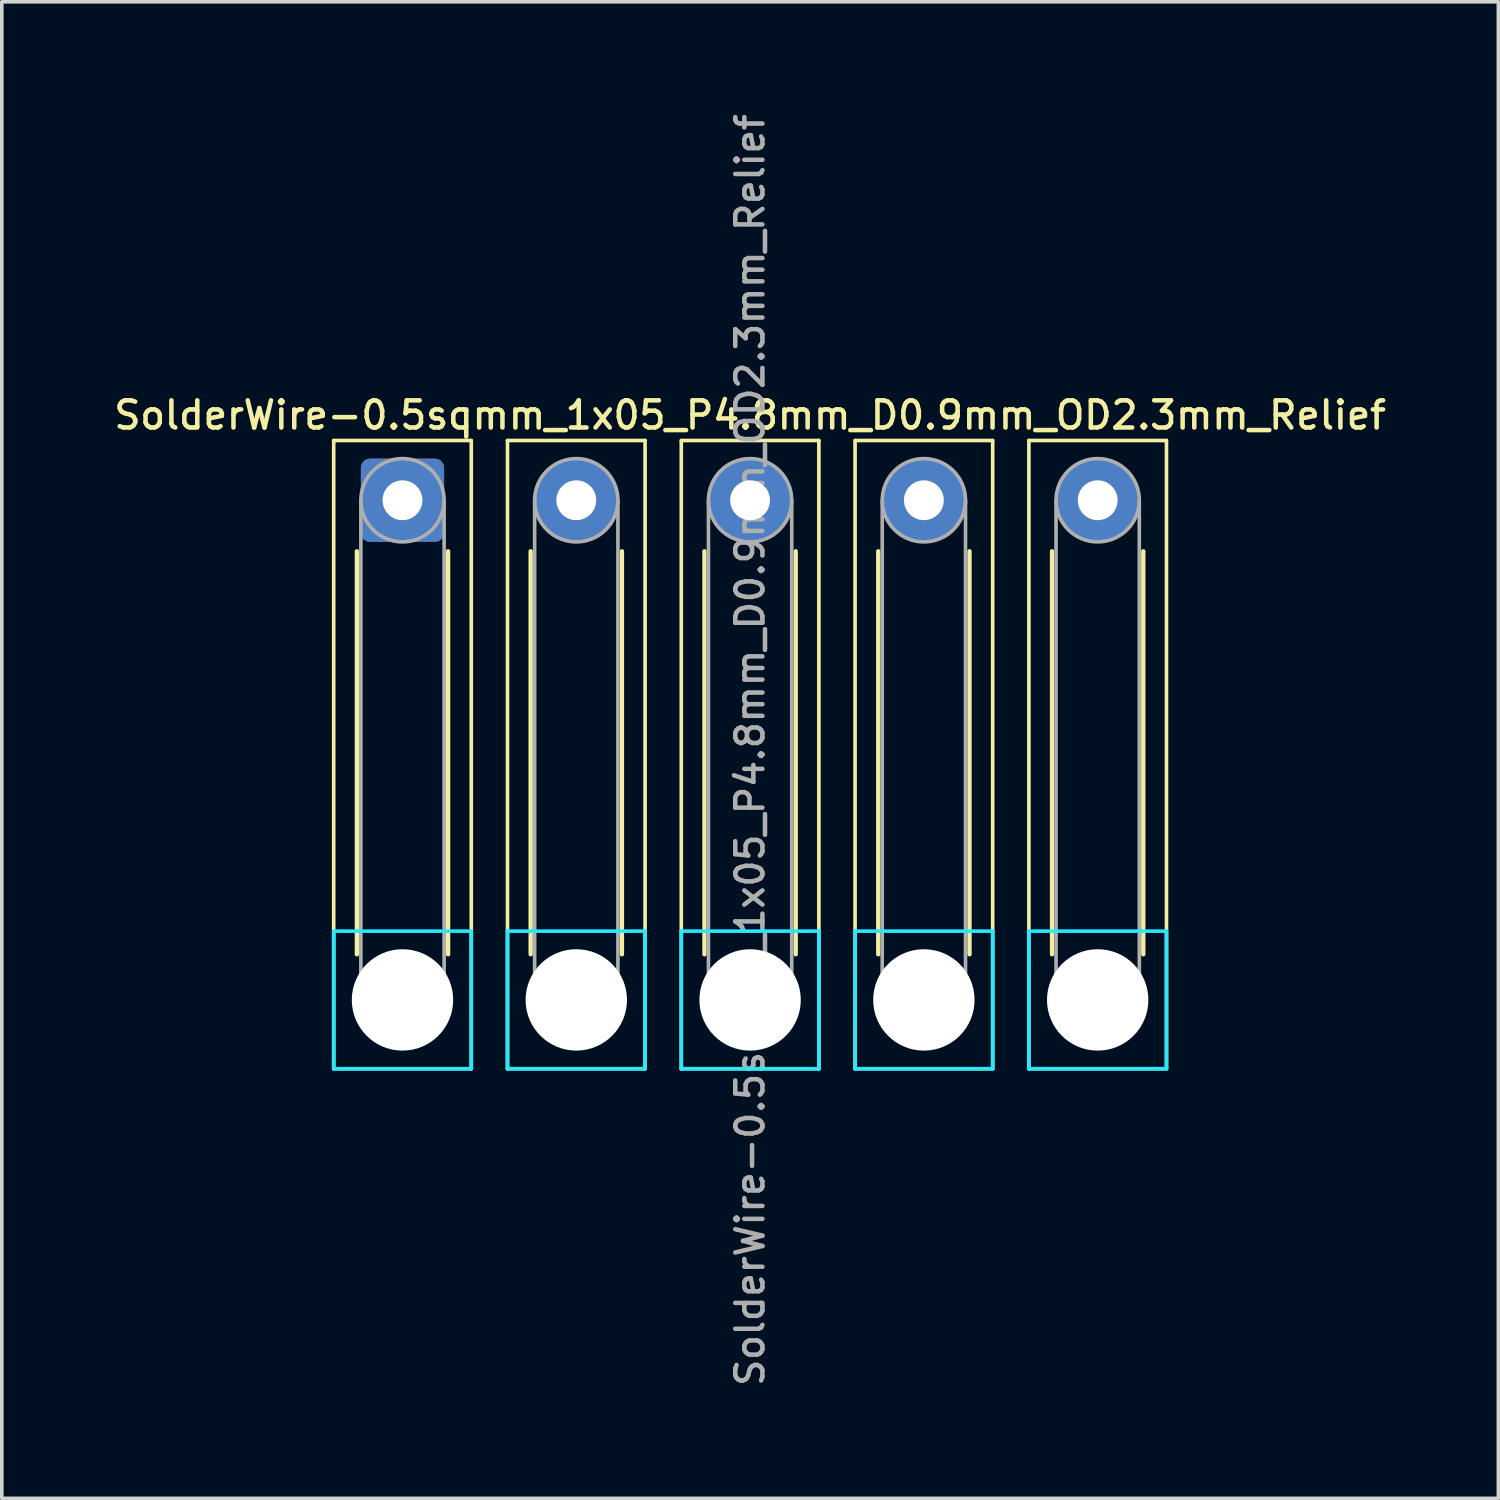
<source format=kicad_pcb>
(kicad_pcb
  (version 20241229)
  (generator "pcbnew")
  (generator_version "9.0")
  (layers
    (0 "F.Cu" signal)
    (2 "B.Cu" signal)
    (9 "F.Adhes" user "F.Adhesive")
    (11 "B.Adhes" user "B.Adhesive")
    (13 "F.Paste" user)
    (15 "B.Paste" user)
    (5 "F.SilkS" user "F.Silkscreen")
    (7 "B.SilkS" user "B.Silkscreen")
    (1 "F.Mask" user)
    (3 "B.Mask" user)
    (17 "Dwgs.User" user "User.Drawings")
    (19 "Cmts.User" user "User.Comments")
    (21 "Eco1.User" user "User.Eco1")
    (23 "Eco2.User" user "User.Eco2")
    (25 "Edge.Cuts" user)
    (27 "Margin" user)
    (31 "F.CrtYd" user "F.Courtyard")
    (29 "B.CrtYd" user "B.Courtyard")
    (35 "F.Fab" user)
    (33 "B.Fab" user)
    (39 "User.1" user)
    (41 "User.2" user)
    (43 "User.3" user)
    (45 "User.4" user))
  (footprint "SolderWire-0.5sqmm_1x05_P4.8mm_D0.9mm_OD2.3mm_Relief"
    (layer "F.Cu")
    (at 8.066 10.766)
    (property "Reference" "SolderWire-0.5sqmm_1x05_P4.8mm_D0.9mm_OD2.3mm_Relief" (at 9.6 -2.35 0) (layer "F.SilkS") (effects (font (size 0.75 0.75) (thickness 0.125))))
    (attr exclude_from_pos_files exclude_from_bom)
    (fp_line (start -1.9 -1.65) (end -1.9 15.7) (stroke (width 0.1) (type solid)) (layer "F.SilkS"))
    (fp_line (start -1.9 15.7) (end 1.9 15.7) (stroke (width 0.1) (type solid)) (layer "F.SilkS"))
    (fp_line (start -1.26 1.41) (end -1.26 12.54) (stroke (width 0.12) (type solid)) (layer "F.SilkS"))
    (fp_line (start 1.26 1.41) (end 1.26 12.54) (stroke (width 0.12) (type solid)) (layer "F.SilkS"))
    (fp_line (start 1.9 -1.65) (end -1.9 -1.65) (stroke (width 0.1) (type solid)) (layer "F.SilkS"))
    (fp_line (start 1.9 15.7) (end 1.9 -1.65) (stroke (width 0.1) (type solid)) (layer "F.SilkS"))
    (fp_line (start 2.9 -1.65) (end 2.9 15.7) (stroke (width 0.1) (type solid)) (layer "F.SilkS"))
    (fp_line (start 2.9 15.7) (end 6.7 15.7) (stroke (width 0.1) (type solid)) (layer "F.SilkS"))
    (fp_line (start 3.54 1.41) (end 3.54 12.54) (stroke (width 0.12) (type solid)) (layer "F.SilkS"))
    (fp_line (start 6.06 1.41) (end 6.06 12.54) (stroke (width 0.12) (type solid)) (layer "F.SilkS"))
    (fp_line (start 6.7 -1.65) (end 2.9 -1.65) (stroke (width 0.1) (type solid)) (layer "F.SilkS"))
    (fp_line (start 6.7 15.7) (end 6.7 -1.65) (stroke (width 0.1) (type solid)) (layer "F.SilkS"))
    (fp_line (start 7.7 -1.65) (end 7.7 15.7) (stroke (width 0.1) (type solid)) (layer "F.SilkS"))
    (fp_line (start 7.7 15.7) (end 11.5 15.7) (stroke (width 0.1) (type solid)) (layer "F.SilkS"))
    (fp_line (start 8.34 1.41) (end 8.34 12.54) (stroke (width 0.12) (type solid)) (layer "F.SilkS"))
    (fp_line (start 10.86 1.41) (end 10.86 12.54) (stroke (width 0.12) (type solid)) (layer "F.SilkS"))
    (fp_line (start 11.5 -1.65) (end 7.7 -1.65) (stroke (width 0.1) (type solid)) (layer "F.SilkS"))
    (fp_line (start 11.5 15.7) (end 11.5 -1.65) (stroke (width 0.1) (type solid)) (layer "F.SilkS"))
    (fp_line (start 12.5 -1.65) (end 12.5 15.7) (stroke (width 0.1) (type solid)) (layer "F.SilkS"))
    (fp_line (start 12.5 15.7) (end 16.3 15.7) (stroke (width 0.1) (type solid)) (layer "F.SilkS"))
    (fp_line (start 13.14 1.41) (end 13.14 12.54) (stroke (width 0.12) (type solid)) (layer "F.SilkS"))
    (fp_line (start 15.66 1.41) (end 15.66 12.54) (stroke (width 0.12) (type solid)) (layer "F.SilkS"))
    (fp_line (start 16.3 -1.65) (end 12.5 -1.65) (stroke (width 0.1) (type solid)) (layer "F.SilkS"))
    (fp_line (start 16.3 15.7) (end 16.3 -1.65) (stroke (width 0.1) (type solid)) (layer "F.SilkS"))
    (fp_line (start 17.3 -1.65) (end 17.3 15.7) (stroke (width 0.1) (type solid)) (layer "F.SilkS"))
    (fp_line (start 17.3 15.7) (end 21.1 15.7) (stroke (width 0.1) (type solid)) (layer "F.SilkS"))
    (fp_line (start 17.94 1.41) (end 17.94 12.54) (stroke (width 0.12) (type solid)) (layer "F.SilkS"))
    (fp_line (start 20.46 1.41) (end 20.46 12.54) (stroke (width 0.12) (type solid)) (layer "F.SilkS"))
    (fp_line (start 21.1 -1.65) (end 17.3 -1.65) (stroke (width 0.1) (type solid)) (layer "F.SilkS"))
    (fp_line (start 21.1 15.7) (end 21.1 -1.65) (stroke (width 0.1) (type solid)) (layer "F.SilkS"))
    (fp_line (start -1.9 11.9) (end -1.9 15.7) (stroke (width 0.1) (type solid)) (layer "B.CrtYd"))
    (fp_line (start -1.9 15.7) (end 1.9 15.7) (stroke (width 0.1) (type solid)) (layer "B.CrtYd"))
    (fp_line (start 1.9 11.9) (end -1.9 11.9) (stroke (width 0.1) (type solid)) (layer "B.CrtYd"))
    (fp_line (start 1.9 15.7) (end 1.9 11.9) (stroke (width 0.1) (type solid)) (layer "B.CrtYd"))
    (fp_line (start 2.9 11.9) (end 2.9 15.7) (stroke (width 0.1) (type solid)) (layer "B.CrtYd"))
    (fp_line (start 2.9 15.7) (end 6.7 15.7) (stroke (width 0.1) (type solid)) (layer "B.CrtYd"))
    (fp_line (start 6.7 11.9) (end 2.9 11.9) (stroke (width 0.1) (type solid)) (layer "B.CrtYd"))
    (fp_line (start 6.7 15.7) (end 6.7 11.9) (stroke (width 0.1) (type solid)) (layer "B.CrtYd"))
    (fp_line (start 7.7 11.9) (end 7.7 15.7) (stroke (width 0.1) (type solid)) (layer "B.CrtYd"))
    (fp_line (start 7.7 15.7) (end 11.5 15.7) (stroke (width 0.1) (type solid)) (layer "B.CrtYd"))
    (fp_line (start 11.5 11.9) (end 7.7 11.9) (stroke (width 0.1) (type solid)) (layer "B.CrtYd"))
    (fp_line (start 11.5 15.7) (end 11.5 11.9) (stroke (width 0.1) (type solid)) (layer "B.CrtYd"))
    (fp_line (start 12.5 11.9) (end 12.5 15.7) (stroke (width 0.1) (type solid)) (layer "B.CrtYd"))
    (fp_line (start 12.5 15.7) (end 16.3 15.7) (stroke (width 0.1) (type solid)) (layer "B.CrtYd"))
    (fp_line (start 16.3 11.9) (end 12.5 11.9) (stroke (width 0.1) (type solid)) (layer "B.CrtYd"))
    (fp_line (start 16.3 15.7) (end 16.3 11.9) (stroke (width 0.1) (type solid)) (layer "B.CrtYd"))
    (fp_line (start 17.3 11.9) (end 17.3 15.7) (stroke (width 0.1) (type solid)) (layer "B.CrtYd"))
    (fp_line (start 17.3 15.7) (end 21.1 15.7) (stroke (width 0.1) (type solid)) (layer "B.CrtYd"))
    (fp_line (start 21.1 11.9) (end 17.3 11.9) (stroke (width 0.1) (type solid)) (layer "B.CrtYd"))
    (fp_line (start 21.1 15.7) (end 21.1 11.9) (stroke (width 0.1) (type solid)) (layer "B.CrtYd"))
    (fp_line (start -1.15 0) (end -1.15 13.8) (stroke (width 0.1) (type solid)) (layer "F.Fab"))
    (fp_line (start 1.15 0) (end 1.15 13.8) (stroke (width 0.1) (type solid)) (layer "F.Fab"))
    (fp_line (start 3.65 0) (end 3.65 13.8) (stroke (width 0.1) (type solid)) (layer "F.Fab"))
    (fp_line (start 5.95 0) (end 5.95 13.8) (stroke (width 0.1) (type solid)) (layer "F.Fab"))
    (fp_line (start 8.45 0) (end 8.45 13.8) (stroke (width 0.1) (type solid)) (layer "F.Fab"))
    (fp_line (start 10.75 0) (end 10.75 13.8) (stroke (width 0.1) (type solid)) (layer "F.Fab"))
    (fp_line (start 13.25 0) (end 13.25 13.8) (stroke (width 0.1) (type solid)) (layer "F.Fab"))
    (fp_line (start 15.55 0) (end 15.55 13.8) (stroke (width 0.1) (type solid)) (layer "F.Fab"))
    (fp_line (start 18.05 0) (end 18.05 13.8) (stroke (width 0.1) (type solid)) (layer "F.Fab"))
    (fp_line (start 20.35 0) (end 20.35 13.8) (stroke (width 0.1) (type solid)) (layer "F.Fab"))
    (fp_circle (center 0 0) (end 1.15 0) (stroke (width 0.1) (type solid)) (fill no) (layer "F.Fab"))
    (fp_circle (center 0 13.8) (end 1.15 13.8) (stroke (width 0.1) (type solid)) (fill no) (layer "F.Fab"))
    (fp_circle (center 4.8 0) (end 5.95 0) (stroke (width 0.1) (type solid)) (fill no) (layer "F.Fab"))
    (fp_circle (center 4.8 13.8) (end 5.95 13.8) (stroke (width 0.1) (type solid)) (fill no) (layer "F.Fab"))
    (fp_circle (center 9.6 0) (end 10.75 0) (stroke (width 0.1) (type solid)) (fill no) (layer "F.Fab"))
    (fp_circle (center 9.6 13.8) (end 10.75 13.8) (stroke (width 0.1) (type solid)) (fill no) (layer "F.Fab"))
    (fp_circle (center 14.4 0) (end 15.55 0) (stroke (width 0.1) (type solid)) (fill no) (layer "F.Fab"))
    (fp_circle (center 14.4 13.8) (end 15.55 13.8) (stroke (width 0.1) (type solid)) (fill no) (layer "F.Fab"))
    (fp_circle (center 19.2 0) (end 20.35 0) (stroke (width 0.1) (type solid)) (fill no) (layer "F.Fab"))
    (fp_circle (center 19.2 13.8) (end 20.35 13.8) (stroke (width 0.1) (type solid)) (fill no) (layer "F.Fab"))
    (fp_text user "${REFERENCE}" (at 9.6 6.9 90) (layer "F.Fab") (effects (font (size 0.75 0.75) (thickness 0.125))))
    (pad "" np_thru_hole circle (at 0 13.8) (size 2.8 2.8) (drill 2.8) (layers "*.Cu" "*.Mask"))
    (pad "" np_thru_hole circle (at 4.8 13.8) (size 2.8 2.8) (drill 2.8) (layers "*.Cu" "*.Mask"))
    (pad "" np_thru_hole circle (at 9.6 13.8) (size 2.8 2.8) (drill 2.8) (layers "*.Cu" "*.Mask"))
    (pad "" np_thru_hole circle (at 14.4 13.8) (size 2.8 2.8) (drill 2.8) (layers "*.Cu" "*.Mask"))
    (pad "" np_thru_hole circle (at 19.2 13.8) (size 2.8 2.8) (drill 2.8) (layers "*.Cu" "*.Mask"))
    (pad "1" thru_hole roundrect (at 0 0) (size 2.3 2.3) (drill 1.1) (layers "*.Cu" "*.Mask") (roundrect_rratio 0.109))
    (pad "2" thru_hole circle (at 4.8 0) (size 2.3 2.3) (drill 1.1) (layers "*.Cu" "*.Mask"))
    (pad "3" thru_hole circle (at 9.6 0) (size 2.3 2.3) (drill 1.1) (layers "*.Cu" "*.Mask"))
    (pad "4" thru_hole circle (at 14.4 0) (size 2.3 2.3) (drill 1.1) (layers "*.Cu" "*.Mask"))
    (pad "5" thru_hole circle (at 19.2 0) (size 2.3 2.3) (drill 1.1) (layers "*.Cu" "*.Mask")))
  (gr_rect
    (start -3 -3)
    (end 38.332 38.332)
    (stroke (width 0.1) (type default))
    (fill no)
    (layer "Edge.Cuts")))
</source>
